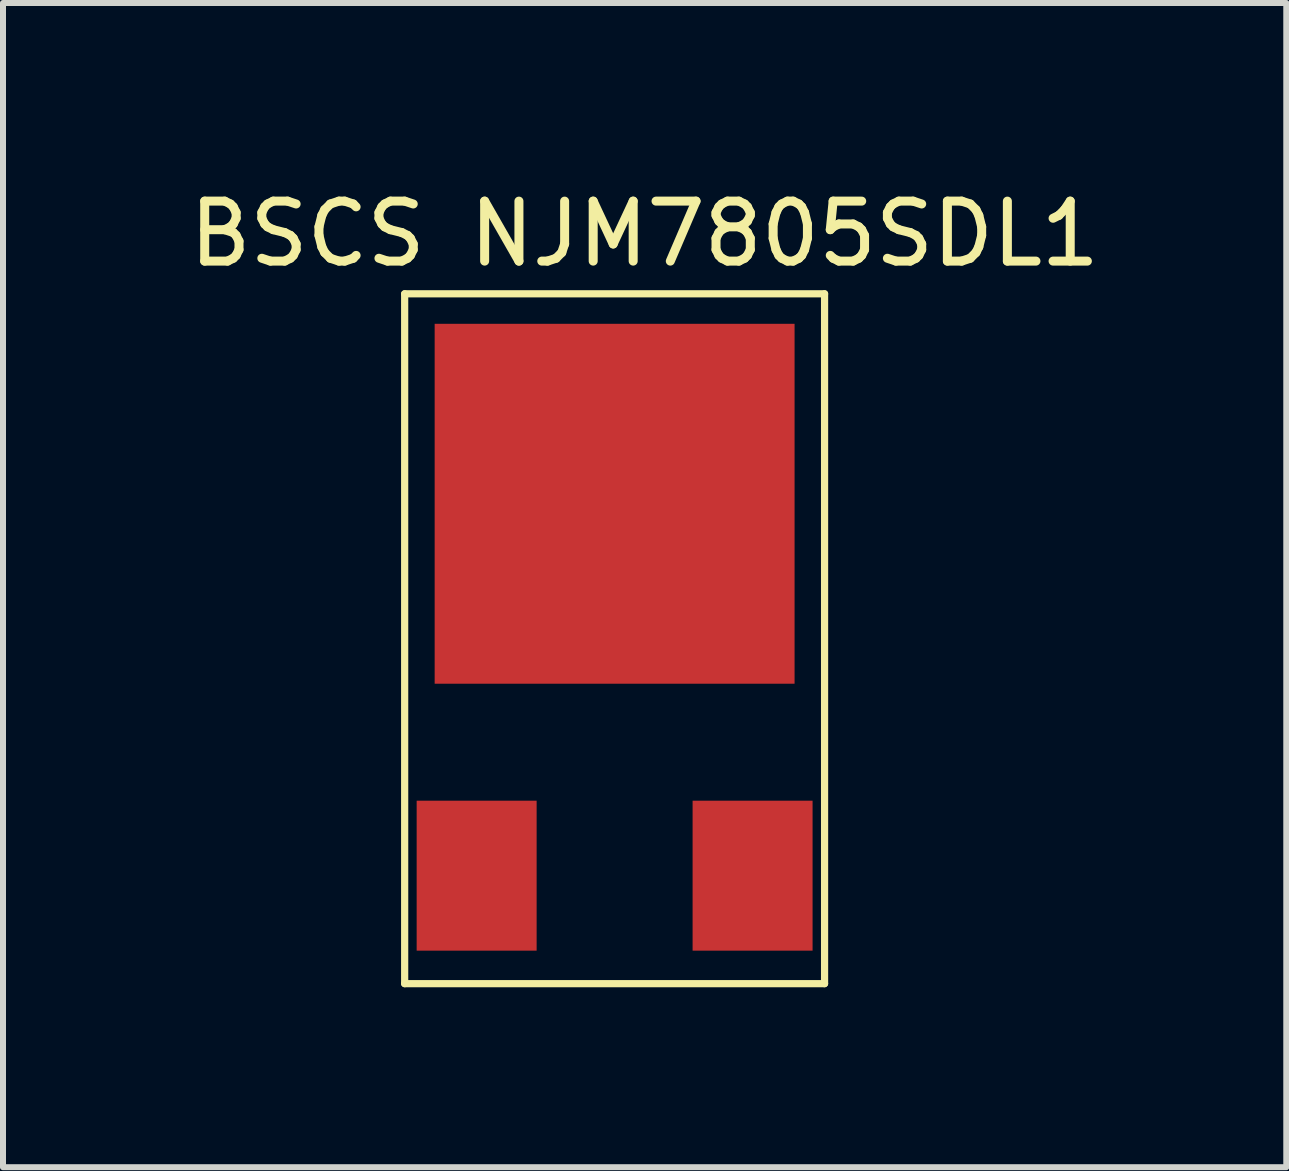
<source format=kicad_pcb>
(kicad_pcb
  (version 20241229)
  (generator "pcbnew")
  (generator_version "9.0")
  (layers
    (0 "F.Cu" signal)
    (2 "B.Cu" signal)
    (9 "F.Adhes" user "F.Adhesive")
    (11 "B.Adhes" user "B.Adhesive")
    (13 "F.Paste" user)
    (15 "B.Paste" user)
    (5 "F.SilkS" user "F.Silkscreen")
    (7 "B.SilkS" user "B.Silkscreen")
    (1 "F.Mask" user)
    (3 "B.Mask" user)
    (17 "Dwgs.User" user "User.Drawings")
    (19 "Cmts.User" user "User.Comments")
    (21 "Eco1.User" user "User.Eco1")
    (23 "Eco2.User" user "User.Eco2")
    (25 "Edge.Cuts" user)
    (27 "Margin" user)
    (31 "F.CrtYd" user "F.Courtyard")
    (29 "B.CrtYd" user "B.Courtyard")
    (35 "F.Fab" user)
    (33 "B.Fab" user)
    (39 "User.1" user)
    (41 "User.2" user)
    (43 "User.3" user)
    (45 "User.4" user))
  (footprint "BSCS NJM7805SDL1"
    (layer "F.Cu")
    (at 7.196 7.348)
    (property "Reference" "BSCS NJM7805SDL1" (at 0.5 -6.5 0) (layer "F.SilkS") (effects (font (size 1 1) (thickness 0.15))))
    (attr through_hole)
    (fp_line (start -3.5 -5.5) (end -3.5 6) (stroke (width 0.12) (type solid)) (layer "F.SilkS"))
    (fp_line (start -3.5 -5.5) (end 3.5 -5.5) (stroke (width 0.12) (type solid)) (layer "F.SilkS"))
    (fp_line (start -3.5 6) (end 3.5 6) (stroke (width 0.12) (type solid)) (layer "F.SilkS"))
    (fp_line (start 3.5 6) (end 3.5 -5.5) (stroke (width 0.12) (type solid)) (layer "F.SilkS"))
    (pad "1" smd rect (at 0 -2) (size 6 6) (layers "F.Cu" "F.Mask" "F.Paste"))
    (pad "2" smd rect (at -2.3 4.2) (size 2 2.5) (layers "F.Cu" "F.Mask" "F.Paste"))
    (pad "3" smd rect (at 2.3 4.2) (size 2 2.5) (layers "F.Cu" "F.Mask" "F.Paste")))
  (gr_rect
    (start -3 -3)
    (end 18.393 16.408)
    (stroke (width 0.1) (type default))
    (fill no)
    (layer "Edge.Cuts")))
</source>
